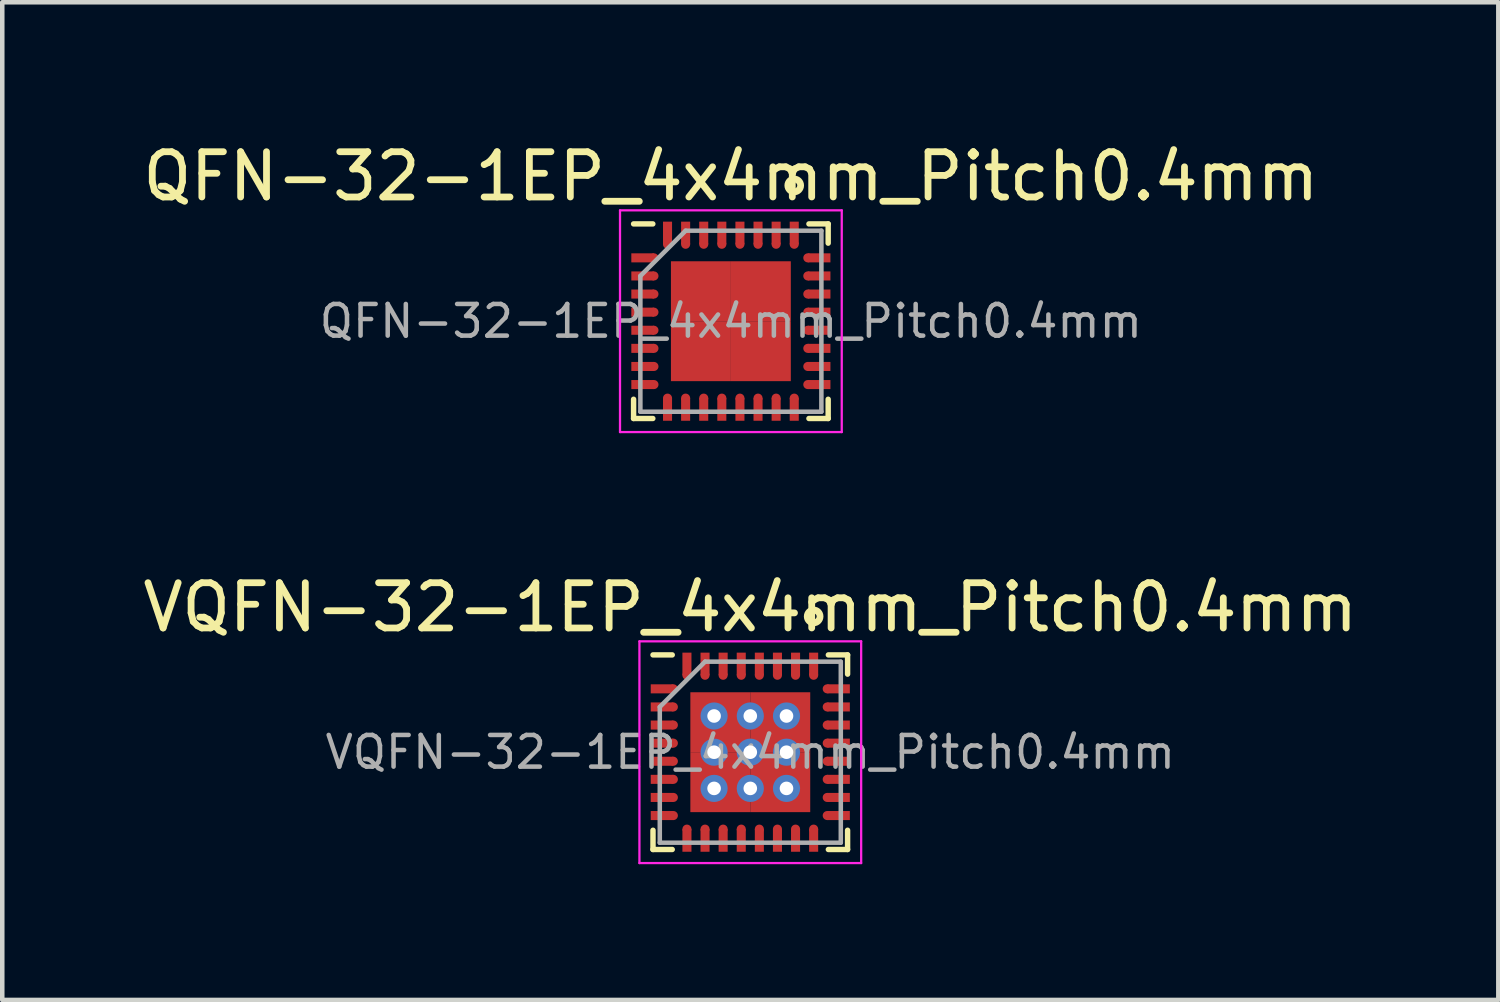
<source format=kicad_pcb>
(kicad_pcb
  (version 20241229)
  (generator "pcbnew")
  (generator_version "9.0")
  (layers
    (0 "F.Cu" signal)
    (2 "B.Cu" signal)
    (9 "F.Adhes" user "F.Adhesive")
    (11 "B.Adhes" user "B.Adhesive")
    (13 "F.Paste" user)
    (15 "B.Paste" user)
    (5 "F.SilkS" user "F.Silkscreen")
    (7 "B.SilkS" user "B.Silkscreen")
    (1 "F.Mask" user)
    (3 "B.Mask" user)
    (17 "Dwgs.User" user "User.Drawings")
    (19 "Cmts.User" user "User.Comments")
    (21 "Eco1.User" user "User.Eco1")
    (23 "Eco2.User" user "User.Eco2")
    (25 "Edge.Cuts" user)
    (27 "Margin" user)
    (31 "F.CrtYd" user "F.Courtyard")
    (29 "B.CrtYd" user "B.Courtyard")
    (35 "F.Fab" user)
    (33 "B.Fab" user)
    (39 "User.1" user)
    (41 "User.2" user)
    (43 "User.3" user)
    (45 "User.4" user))
  (footprint "QFN-32-1EP_4x4mm_Pitch0.4mm"
    (layer "F.Cu")
    (at 13.101 4.048)
    (property "Reference" "QFN-32-1EP_4x4mm_Pitch0.4mm" (at 0 -3.2 0) (layer "F.SilkS") (effects (font (size 1 1) (thickness 0.15))))
    (attr smd)
    (fp_line (start -2.15 -2.15) (end -1.725 -2.15) (stroke (width 0.12) (type solid)) (layer "F.SilkS"))
    (fp_line (start -2.15 2.15) (end -2.15 1.725) (stroke (width 0.12) (type solid)) (layer "F.SilkS"))
    (fp_line (start -2.15 2.15) (end -1.725 2.15) (stroke (width 0.12) (type solid)) (layer "F.SilkS"))
    (fp_line (start 2.15 -2.15) (end 1.725 -2.15) (stroke (width 0.12) (type solid)) (layer "F.SilkS"))
    (fp_line (start 2.15 -2.15) (end 2.15 -1.725) (stroke (width 0.12) (type solid)) (layer "F.SilkS"))
    (fp_line (start 2.15 2.15) (end 1.725 2.15) (stroke (width 0.12) (type solid)) (layer "F.SilkS"))
    (fp_line (start 2.15 2.15) (end 2.15 1.725) (stroke (width 0.12) (type solid)) (layer "F.SilkS"))
    (fp_circle (center 1.4 -3) (end 1.3 -2.9) (stroke (width 0.15) (type solid)) (fill no) (layer "F.SilkS"))
    (fp_line (start -2.45 -2.45) (end -2.45 2.45) (stroke (width 0.05) (type solid)) (layer "F.CrtYd"))
    (fp_line (start -2.45 -2.45) (end 2.45 -2.45) (stroke (width 0.05) (type solid)) (layer "F.CrtYd"))
    (fp_line (start -2.45 2.45) (end 2.45 2.45) (stroke (width 0.05) (type solid)) (layer "F.CrtYd"))
    (fp_line (start 2.45 -2.45) (end 2.45 2.45) (stroke (width 0.05) (type solid)) (layer "F.CrtYd"))
    (fp_line (start -2 -1) (end -1 -2) (stroke (width 0.1) (type solid)) (layer "F.Fab"))
    (fp_line (start -2 2) (end -2 -1) (stroke (width 0.1) (type solid)) (layer "F.Fab"))
    (fp_line (start -1 -2) (end 2 -2) (stroke (width 0.1) (type solid)) (layer "F.Fab"))
    (fp_line (start 2 -2) (end 2 2) (stroke (width 0.1) (type solid)) (layer "F.Fab"))
    (fp_line (start 2 2) (end -2 2) (stroke (width 0.1) (type solid)) (layer "F.Fab"))
    (fp_text user "${REFERENCE}" (at 0 0 0) (layer "F.Fab") (effects (font (size 0.7 0.7) (thickness 0.1))))
    (pad "1" smd rect (at -1.95 -1.4) (size 0.5 0.2) (layers "F.Cu" "F.Mask" "F.Paste"))
    (pad "1" smd circle (at -1.7 -1.4) (size 0.2 0.2) (layers "F.Cu" "F.Mask" "F.Paste"))
    (pad "2" smd rect (at -1.95 -1) (size 0.5 0.2) (layers "F.Cu" "F.Mask" "F.Paste"))
    (pad "2" smd circle (at -1.7 -1) (size 0.2 0.2) (layers "F.Cu" "F.Mask" "F.Paste"))
    (pad "3" smd rect (at -1.95 -0.6) (size 0.5 0.2) (layers "F.Cu" "F.Mask" "F.Paste"))
    (pad "3" smd circle (at -1.7 -0.6) (size 0.2 0.2) (layers "F.Cu" "F.Mask" "F.Paste"))
    (pad "4" smd rect (at -1.95 -0.2) (size 0.5 0.2) (layers "F.Cu" "F.Mask" "F.Paste"))
    (pad "4" smd circle (at -1.7 -0.2) (size 0.2 0.2) (layers "F.Cu" "F.Mask" "F.Paste"))
    (pad "5" smd rect (at -1.95 0.2) (size 0.5 0.2) (layers "F.Cu" "F.Mask" "F.Paste"))
    (pad "5" smd circle (at -1.7 0.2) (size 0.2 0.2) (layers "F.Cu" "F.Mask" "F.Paste"))
    (pad "6" smd rect (at -1.95 0.6) (size 0.5 0.2) (layers "F.Cu" "F.Mask" "F.Paste"))
    (pad "6" smd circle (at -1.7 0.6) (size 0.2 0.2) (layers "F.Cu" "F.Mask" "F.Paste"))
    (pad "7" smd rect (at -1.95 1) (size 0.5 0.2) (layers "F.Cu" "F.Mask" "F.Paste"))
    (pad "7" smd circle (at -1.7 1) (size 0.2 0.2) (layers "F.Cu" "F.Mask" "F.Paste"))
    (pad "8" smd rect (at -1.95 1.4) (size 0.5 0.2) (layers "F.Cu" "F.Mask" "F.Paste"))
    (pad "8" smd circle (at -1.7 1.4) (size 0.2 0.2) (layers "F.Cu" "F.Mask" "F.Paste"))
    (pad "9" smd circle (at -1.4 1.7 90) (size 0.2 0.2) (layers "F.Cu" "F.Mask" "F.Paste"))
    (pad "9" smd rect (at -1.4 1.95 90) (size 0.5 0.2) (layers "F.Cu" "F.Mask" "F.Paste"))
    (pad "10" smd circle (at -1 1.7 90) (size 0.2 0.2) (layers "F.Cu" "F.Mask" "F.Paste"))
    (pad "10" smd rect (at -1 1.95 90) (size 0.5 0.2) (layers "F.Cu" "F.Mask" "F.Paste"))
    (pad "11" smd circle (at -0.6 1.7 90) (size 0.2 0.2) (layers "F.Cu" "F.Mask" "F.Paste"))
    (pad "11" smd rect (at -0.6 1.95 90) (size 0.5 0.2) (layers "F.Cu" "F.Mask" "F.Paste"))
    (pad "12" smd circle (at -0.2 1.7 90) (size 0.2 0.2) (layers "F.Cu" "F.Mask" "F.Paste"))
    (pad "12" smd rect (at -0.2 1.95 90) (size 0.5 0.2) (layers "F.Cu" "F.Mask" "F.Paste"))
    (pad "13" smd circle (at 0.2 1.7 90) (size 0.2 0.2) (layers "F.Cu" "F.Mask" "F.Paste"))
    (pad "13" smd rect (at 0.2 1.95 90) (size 0.5 0.2) (layers "F.Cu" "F.Mask" "F.Paste"))
    (pad "14" smd circle (at 0.6 1.7 90) (size 0.2 0.2) (layers "F.Cu" "F.Mask" "F.Paste"))
    (pad "14" smd rect (at 0.6 1.95 90) (size 0.5 0.2) (layers "F.Cu" "F.Mask" "F.Paste"))
    (pad "15" smd circle (at 1 1.7 90) (size 0.2 0.2) (layers "F.Cu" "F.Mask" "F.Paste"))
    (pad "15" smd rect (at 1 1.95 90) (size 0.5 0.2) (layers "F.Cu" "F.Mask" "F.Paste"))
    (pad "16" smd circle (at 1.4 1.7 90) (size 0.2 0.2) (layers "F.Cu" "F.Mask" "F.Paste"))
    (pad "16" smd rect (at 1.4 1.95 90) (size 0.5 0.2) (layers "F.Cu" "F.Mask" "F.Paste"))
    (pad "17" smd circle (at 1.7 1.4) (size 0.2 0.2) (layers "F.Cu" "F.Mask" "F.Paste"))
    (pad "17" smd rect (at 1.95 1.4) (size 0.5 0.2) (layers "F.Cu" "F.Mask" "F.Paste"))
    (pad "18" smd circle (at 1.7 1) (size 0.2 0.2) (layers "F.Cu" "F.Mask" "F.Paste"))
    (pad "18" smd rect (at 1.95 1) (size 0.5 0.2) (layers "F.Cu" "F.Mask" "F.Paste"))
    (pad "19" smd circle (at 1.7 0.6) (size 0.2 0.2) (layers "F.Cu" "F.Mask" "F.Paste"))
    (pad "19" smd rect (at 1.95 0.6) (size 0.5 0.2) (layers "F.Cu" "F.Mask" "F.Paste"))
    (pad "20" smd circle (at 1.7 0.2) (size 0.2 0.2) (layers "F.Cu" "F.Mask" "F.Paste"))
    (pad "20" smd rect (at 1.95 0.2) (size 0.5 0.2) (layers "F.Cu" "F.Mask" "F.Paste"))
    (pad "21" smd circle (at 1.7 -0.2) (size 0.2 0.2) (layers "F.Cu" "F.Mask" "F.Paste"))
    (pad "21" smd rect (at 1.95 -0.2) (size 0.5 0.2) (layers "F.Cu" "F.Mask" "F.Paste"))
    (pad "22" smd circle (at 1.7 -0.6) (size 0.2 0.2) (layers "F.Cu" "F.Mask" "F.Paste"))
    (pad "22" smd rect (at 1.95 -0.6) (size 0.5 0.2) (layers "F.Cu" "F.Mask" "F.Paste"))
    (pad "23" smd circle (at 1.7 -1) (size 0.2 0.2) (layers "F.Cu" "F.Mask" "F.Paste"))
    (pad "23" smd rect (at 1.95 -1) (size 0.5 0.2) (layers "F.Cu" "F.Mask" "F.Paste"))
    (pad "24" smd circle (at 1.7 -1.4) (size 0.2 0.2) (layers "F.Cu" "F.Mask" "F.Paste"))
    (pad "24" smd rect (at 1.95 -1.4) (size 0.5 0.2) (layers "F.Cu" "F.Mask" "F.Paste"))
    (pad "25" smd rect (at 1.4 -1.95 90) (size 0.5 0.2) (layers "F.Cu" "F.Mask" "F.Paste"))
    (pad "25" smd circle (at 1.4 -1.7 90) (size 0.2 0.2) (layers "F.Cu" "F.Mask" "F.Paste"))
    (pad "26" smd rect (at 1 -1.95 90) (size 0.5 0.2) (layers "F.Cu" "F.Mask" "F.Paste"))
    (pad "26" smd circle (at 1 -1.7 90) (size 0.2 0.2) (layers "F.Cu" "F.Mask" "F.Paste"))
    (pad "27" smd rect (at 0.6 -1.95 90) (size 0.5 0.2) (layers "F.Cu" "F.Mask" "F.Paste"))
    (pad "27" smd circle (at 0.6 -1.7 90) (size 0.2 0.2) (layers "F.Cu" "F.Mask" "F.Paste"))
    (pad "28" smd rect (at 0.2 -1.95 90) (size 0.5 0.2) (layers "F.Cu" "F.Mask" "F.Paste"))
    (pad "28" smd circle (at 0.2 -1.7 90) (size 0.2 0.2) (layers "F.Cu" "F.Mask" "F.Paste"))
    (pad "29" smd rect (at -0.2 -1.95 90) (size 0.5 0.2) (layers "F.Cu" "F.Mask" "F.Paste"))
    (pad "29" smd circle (at -0.2 -1.7 90) (size 0.2 0.2) (layers "F.Cu" "F.Mask" "F.Paste"))
    (pad "30" smd rect (at -0.6 -1.95 90) (size 0.5 0.2) (layers "F.Cu" "F.Mask" "F.Paste"))
    (pad "30" smd circle (at -0.6 -1.7 90) (size 0.2 0.2) (layers "F.Cu" "F.Mask" "F.Paste"))
    (pad "31" smd rect (at -1 -1.95 90) (size 0.5 0.2) (layers "F.Cu" "F.Mask" "F.Paste"))
    (pad "31" smd circle (at -1 -1.7 90) (size 0.2 0.2) (layers "F.Cu" "F.Mask" "F.Paste"))
    (pad "32" smd rect (at -1.4 -1.95 90) (size 0.5 0.2) (layers "F.Cu" "F.Mask" "F.Paste"))
    (pad "32" smd circle (at -1.4 -1.7 90) (size 0.2 0.2) (layers "F.Cu" "F.Mask" "F.Paste"))
    (pad "33" smd rect (at -0.662 -0.662) (size 1.325 1.325) (layers "F.Cu" "F.Mask" "F.Paste"))
    (pad "33" smd rect (at -0.662 0.662) (size 1.325 1.325) (layers "F.Cu" "F.Mask" "F.Paste"))
    (pad "33" smd rect (at 0.662 -0.662) (size 1.325 1.325) (layers "F.Cu" "F.Mask" "F.Paste"))
    (pad "33" smd rect (at 0.662 0.662) (size 1.325 1.325) (layers "F.Cu" "F.Mask" "F.Paste")))
  (footprint "VQFN-32-1EP_4x4mm_Pitch0.4mm"
    (layer "F.Cu")
    (at 13.53 13.572)
    (property "Reference" "VQFN-32-1EP_4x4mm_Pitch0.4mm" (at 0 -3.2 0) (layer "F.SilkS") (effects (font (size 1 1) (thickness 0.15))))
    (attr smd)
    (fp_line (start -2.15 -2.15) (end -1.725 -2.15) (stroke (width 0.12) (type solid)) (layer "F.SilkS"))
    (fp_line (start -2.15 2.15) (end -2.15 1.725) (stroke (width 0.12) (type solid)) (layer "F.SilkS"))
    (fp_line (start -2.15 2.15) (end -1.725 2.15) (stroke (width 0.12) (type solid)) (layer "F.SilkS"))
    (fp_line (start 2.15 -2.15) (end 1.725 -2.15) (stroke (width 0.12) (type solid)) (layer "F.SilkS"))
    (fp_line (start 2.15 -2.15) (end 2.15 -1.725) (stroke (width 0.12) (type solid)) (layer "F.SilkS"))
    (fp_line (start 2.15 2.15) (end 1.725 2.15) (stroke (width 0.12) (type solid)) (layer "F.SilkS"))
    (fp_line (start 2.15 2.15) (end 2.15 1.725) (stroke (width 0.12) (type solid)) (layer "F.SilkS"))
    (fp_circle (center 1.4 -3) (end 1.3 -2.9) (stroke (width 0.15) (type solid)) (fill no) (layer "F.SilkS"))
    (fp_line (start -2.45 -2.45) (end -2.45 2.45) (stroke (width 0.05) (type solid)) (layer "F.CrtYd"))
    (fp_line (start -2.45 -2.45) (end 2.45 -2.45) (stroke (width 0.05) (type solid)) (layer "F.CrtYd"))
    (fp_line (start -2.45 2.45) (end 2.45 2.45) (stroke (width 0.05) (type solid)) (layer "F.CrtYd"))
    (fp_line (start 2.45 -2.45) (end 2.45 2.45) (stroke (width 0.05) (type solid)) (layer "F.CrtYd"))
    (fp_line (start -2 -1) (end -1 -2) (stroke (width 0.1) (type solid)) (layer "F.Fab"))
    (fp_line (start -2 2) (end -2 -1) (stroke (width 0.1) (type solid)) (layer "F.Fab"))
    (fp_line (start -1 -2) (end 2 -2) (stroke (width 0.1) (type solid)) (layer "F.Fab"))
    (fp_line (start 2 -2) (end 2 2) (stroke (width 0.1) (type solid)) (layer "F.Fab"))
    (fp_line (start 2 2) (end -2 2) (stroke (width 0.1) (type solid)) (layer "F.Fab"))
    (fp_text user "${REFERENCE}" (at 0 0 0) (layer "F.Fab") (effects (font (size 0.7 0.7) (thickness 0.1))))
    (pad "1" smd rect (at -1.95 -1.4) (size 0.5 0.2) (layers "F.Cu" "F.Mask" "F.Paste"))
    (pad "1" smd circle (at -1.7 -1.4) (size 0.2 0.2) (layers "F.Cu" "F.Mask" "F.Paste"))
    (pad "2" smd rect (at -1.95 -1) (size 0.5 0.2) (layers "F.Cu" "F.Mask" "F.Paste"))
    (pad "2" smd circle (at -1.7 -1) (size 0.2 0.2) (layers "F.Cu" "F.Mask" "F.Paste"))
    (pad "3" smd rect (at -1.95 -0.6) (size 0.5 0.2) (layers "F.Cu" "F.Mask" "F.Paste"))
    (pad "3" smd circle (at -1.7 -0.6) (size 0.2 0.2) (layers "F.Cu" "F.Mask" "F.Paste"))
    (pad "4" smd rect (at -1.95 -0.2) (size 0.5 0.2) (layers "F.Cu" "F.Mask" "F.Paste"))
    (pad "4" smd circle (at -1.7 -0.2) (size 0.2 0.2) (layers "F.Cu" "F.Mask" "F.Paste"))
    (pad "5" smd rect (at -1.95 0.2) (size 0.5 0.2) (layers "F.Cu" "F.Mask" "F.Paste"))
    (pad "5" smd circle (at -1.7 0.2) (size 0.2 0.2) (layers "F.Cu" "F.Mask" "F.Paste"))
    (pad "6" smd rect (at -1.95 0.6) (size 0.5 0.2) (layers "F.Cu" "F.Mask" "F.Paste"))
    (pad "6" smd circle (at -1.7 0.6) (size 0.2 0.2) (layers "F.Cu" "F.Mask" "F.Paste"))
    (pad "7" smd rect (at -1.95 1) (size 0.5 0.2) (layers "F.Cu" "F.Mask" "F.Paste"))
    (pad "7" smd circle (at -1.7 1) (size 0.2 0.2) (layers "F.Cu" "F.Mask" "F.Paste"))
    (pad "8" smd rect (at -1.95 1.4) (size 0.5 0.2) (layers "F.Cu" "F.Mask" "F.Paste"))
    (pad "8" smd circle (at -1.7 1.4) (size 0.2 0.2) (layers "F.Cu" "F.Mask" "F.Paste"))
    (pad "9" smd circle (at -1.4 1.7 90) (size 0.2 0.2) (layers "F.Cu" "F.Mask" "F.Paste"))
    (pad "9" smd rect (at -1.4 1.95 90) (size 0.5 0.2) (layers "F.Cu" "F.Mask" "F.Paste"))
    (pad "10" smd circle (at -1 1.7 90) (size 0.2 0.2) (layers "F.Cu" "F.Mask" "F.Paste"))
    (pad "10" smd rect (at -1 1.95 90) (size 0.5 0.2) (layers "F.Cu" "F.Mask" "F.Paste"))
    (pad "11" smd circle (at -0.6 1.7 90) (size 0.2 0.2) (layers "F.Cu" "F.Mask" "F.Paste"))
    (pad "11" smd rect (at -0.6 1.95 90) (size 0.5 0.2) (layers "F.Cu" "F.Mask" "F.Paste"))
    (pad "12" smd circle (at -0.2 1.7 90) (size 0.2 0.2) (layers "F.Cu" "F.Mask" "F.Paste"))
    (pad "12" smd rect (at -0.2 1.95 90) (size 0.5 0.2) (layers "F.Cu" "F.Mask" "F.Paste"))
    (pad "13" smd circle (at 0.2 1.7 90) (size 0.2 0.2) (layers "F.Cu" "F.Mask" "F.Paste"))
    (pad "13" smd rect (at 0.2 1.95 90) (size 0.5 0.2) (layers "F.Cu" "F.Mask" "F.Paste"))
    (pad "14" smd circle (at 0.6 1.7 90) (size 0.2 0.2) (layers "F.Cu" "F.Mask" "F.Paste"))
    (pad "14" smd rect (at 0.6 1.95 90) (size 0.5 0.2) (layers "F.Cu" "F.Mask" "F.Paste"))
    (pad "15" smd circle (at 1 1.7 90) (size 0.2 0.2) (layers "F.Cu" "F.Mask" "F.Paste"))
    (pad "15" smd rect (at 1 1.95 90) (size 0.5 0.2) (layers "F.Cu" "F.Mask" "F.Paste"))
    (pad "16" smd circle (at 1.4 1.7 90) (size 0.2 0.2) (layers "F.Cu" "F.Mask" "F.Paste"))
    (pad "16" smd rect (at 1.4 1.95 90) (size 0.5 0.2) (layers "F.Cu" "F.Mask" "F.Paste"))
    (pad "17" smd circle (at 1.7 1.4) (size 0.2 0.2) (layers "F.Cu" "F.Mask" "F.Paste"))
    (pad "17" smd rect (at 1.95 1.4) (size 0.5 0.2) (layers "F.Cu" "F.Mask" "F.Paste"))
    (pad "18" smd circle (at 1.7 1) (size 0.2 0.2) (layers "F.Cu" "F.Mask" "F.Paste"))
    (pad "18" smd rect (at 1.95 1) (size 0.5 0.2) (layers "F.Cu" "F.Mask" "F.Paste"))
    (pad "19" smd circle (at 1.7 0.6) (size 0.2 0.2) (layers "F.Cu" "F.Mask" "F.Paste"))
    (pad "19" smd rect (at 1.95 0.6) (size 0.5 0.2) (layers "F.Cu" "F.Mask" "F.Paste"))
    (pad "20" smd circle (at 1.7 0.2) (size 0.2 0.2) (layers "F.Cu" "F.Mask" "F.Paste"))
    (pad "20" smd rect (at 1.95 0.2) (size 0.5 0.2) (layers "F.Cu" "F.Mask" "F.Paste"))
    (pad "21" smd circle (at 1.7 -0.2) (size 0.2 0.2) (layers "F.Cu" "F.Mask" "F.Paste"))
    (pad "21" smd rect (at 1.95 -0.2) (size 0.5 0.2) (layers "F.Cu" "F.Mask" "F.Paste"))
    (pad "22" smd circle (at 1.7 -0.6) (size 0.2 0.2) (layers "F.Cu" "F.Mask" "F.Paste"))
    (pad "22" smd rect (at 1.95 -0.6) (size 0.5 0.2) (layers "F.Cu" "F.Mask" "F.Paste"))
    (pad "23" smd circle (at 1.7 -1) (size 0.2 0.2) (layers "F.Cu" "F.Mask" "F.Paste"))
    (pad "23" smd rect (at 1.95 -1) (size 0.5 0.2) (layers "F.Cu" "F.Mask" "F.Paste"))
    (pad "24" smd circle (at 1.7 -1.4) (size 0.2 0.2) (layers "F.Cu" "F.Mask" "F.Paste"))
    (pad "24" smd rect (at 1.95 -1.4) (size 0.5 0.2) (layers "F.Cu" "F.Mask" "F.Paste"))
    (pad "25" smd rect (at 1.4 -1.95 90) (size 0.5 0.2) (layers "F.Cu" "F.Mask" "F.Paste"))
    (pad "25" smd circle (at 1.4 -1.7 90) (size 0.2 0.2) (layers "F.Cu" "F.Mask" "F.Paste"))
    (pad "26" smd rect (at 1 -1.95 90) (size 0.5 0.2) (layers "F.Cu" "F.Mask" "F.Paste"))
    (pad "26" smd circle (at 1 -1.7 90) (size 0.2 0.2) (layers "F.Cu" "F.Mask" "F.Paste"))
    (pad "27" smd rect (at 0.6 -1.95 90) (size 0.5 0.2) (layers "F.Cu" "F.Mask" "F.Paste"))
    (pad "27" smd circle (at 0.6 -1.7 90) (size 0.2 0.2) (layers "F.Cu" "F.Mask" "F.Paste"))
    (pad "28" smd rect (at 0.2 -1.95 90) (size 0.5 0.2) (layers "F.Cu" "F.Mask" "F.Paste"))
    (pad "28" smd circle (at 0.2 -1.7 90) (size 0.2 0.2) (layers "F.Cu" "F.Mask" "F.Paste"))
    (pad "29" smd rect (at -0.2 -1.95 90) (size 0.5 0.2) (layers "F.Cu" "F.Mask" "F.Paste"))
    (pad "29" smd circle (at -0.2 -1.7 90) (size 0.2 0.2) (layers "F.Cu" "F.Mask" "F.Paste"))
    (pad "30" smd rect (at -0.6 -1.95 90) (size 0.5 0.2) (layers "F.Cu" "F.Mask" "F.Paste"))
    (pad "30" smd circle (at -0.6 -1.7 90) (size 0.2 0.2) (layers "F.Cu" "F.Mask" "F.Paste"))
    (pad "31" smd rect (at -1 -1.95 90) (size 0.5 0.2) (layers "F.Cu" "F.Mask" "F.Paste"))
    (pad "31" smd circle (at -1 -1.7 90) (size 0.2 0.2) (layers "F.Cu" "F.Mask" "F.Paste"))
    (pad "32" smd rect (at -1.4 -1.95 90) (size 0.5 0.2) (layers "F.Cu" "F.Mask" "F.Paste"))
    (pad "32" smd circle (at -1.4 -1.7 90) (size 0.2 0.2) (layers "F.Cu" "F.Mask" "F.Paste"))
    (pad "33" thru_hole circle (at -0.8 -0.8) (size 0.6 0.6) (drill 0.3) (layers "*.Cu" "*.Mask"))
    (pad "33" thru_hole circle (at -0.8 0) (size 0.6 0.6) (drill 0.3) (layers "*.Cu" "*.Mask"))
    (pad "33" thru_hole circle (at -0.8 0.8) (size 0.6 0.6) (drill 0.3) (layers "*.Cu" "*.Mask"))
    (pad "33" smd rect (at -0.662 -0.662) (size 1.325 1.325) (layers "F.Cu" "F.Mask" "F.Paste"))
    (pad "33" smd rect (at -0.662 0.662) (size 1.325 1.325) (layers "F.Cu" "F.Mask" "F.Paste"))
    (pad "33" thru_hole circle (at 0 -0.8) (size 0.6 0.6) (drill 0.3) (layers "*.Cu" "*.Mask"))
    (pad "33" thru_hole circle (at 0 0) (size 0.6 0.6) (drill 0.3) (layers "*.Cu" "*.Mask"))
    (pad "33" thru_hole circle (at 0 0.8) (size 0.6 0.6) (drill 0.3) (layers "*.Cu" "*.Mask"))
    (pad "33" smd rect (at 0.662 -0.662) (size 1.325 1.325) (layers "F.Cu" "F.Mask" "F.Paste"))
    (pad "33" smd rect (at 0.662 0.662) (size 1.325 1.325) (layers "F.Cu" "F.Mask" "F.Paste"))
    (pad "33" thru_hole circle (at 0.8 -0.8) (size 0.6 0.6) (drill 0.3) (layers "*.Cu" "*.Mask"))
    (pad "33" thru_hole circle (at 0.8 0) (size 0.6 0.6) (drill 0.3) (layers "*.Cu" "*.Mask"))
    (pad "33" thru_hole circle (at 0.8 0.8) (size 0.6 0.6) (drill 0.3) (layers "*.Cu" "*.Mask")))
  (gr_rect
    (start -3 -3)
    (end 30.06 19.047)
    (stroke (width 0.1) (type default))
    (fill no)
    (layer "Edge.Cuts")))
</source>
